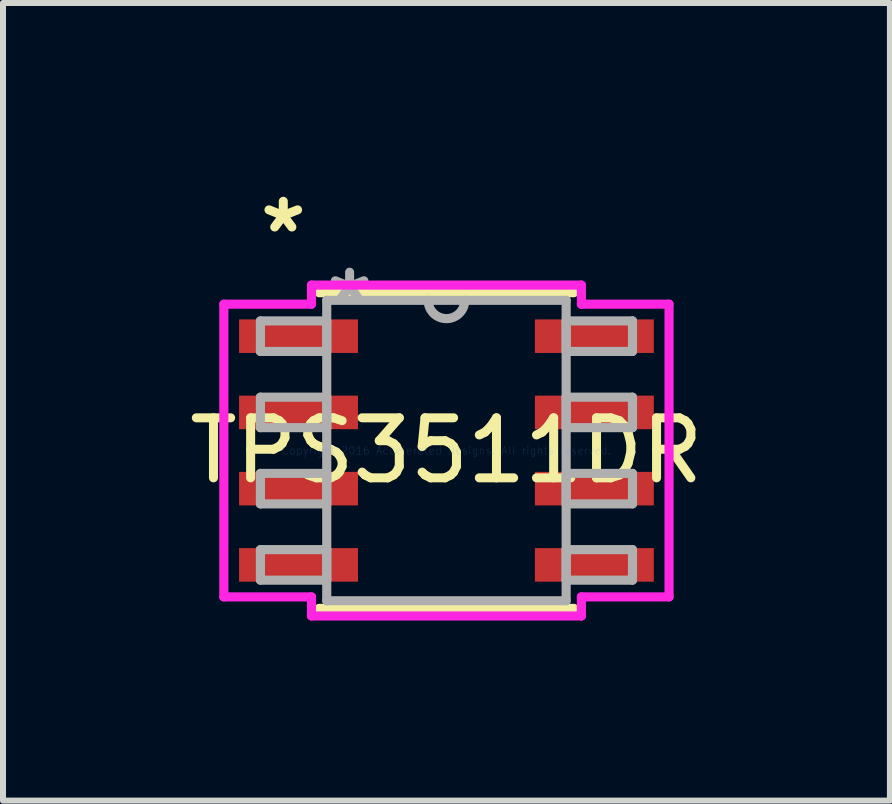
<source format=kicad_pcb>
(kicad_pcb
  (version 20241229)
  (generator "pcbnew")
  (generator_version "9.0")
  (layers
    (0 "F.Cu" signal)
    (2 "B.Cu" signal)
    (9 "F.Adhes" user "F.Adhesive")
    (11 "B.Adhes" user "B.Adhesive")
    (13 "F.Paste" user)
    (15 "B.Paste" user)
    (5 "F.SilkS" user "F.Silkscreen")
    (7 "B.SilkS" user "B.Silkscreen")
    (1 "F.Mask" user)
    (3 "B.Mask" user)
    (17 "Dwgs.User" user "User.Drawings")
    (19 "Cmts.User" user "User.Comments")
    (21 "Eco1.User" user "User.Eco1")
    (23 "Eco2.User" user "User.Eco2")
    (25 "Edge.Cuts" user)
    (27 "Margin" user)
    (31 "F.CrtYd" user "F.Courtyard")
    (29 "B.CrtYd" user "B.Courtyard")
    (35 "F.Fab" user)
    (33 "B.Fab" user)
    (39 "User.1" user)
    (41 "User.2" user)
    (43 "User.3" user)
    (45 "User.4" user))
  (footprint "TPS3511DR"
    (layer "F.Cu")
    (at 4.387 4.455)
    (property "Reference" "TPS3511DR" (at 0 0 0) (layer "F.SilkS") (effects (font (size 1 1) (thickness 0.15))))
    (attr through_hole)
    (fp_line (start -2.121 2.629) (end 2.121 2.629) (stroke (width 0.152) (type solid)) (layer "F.SilkS"))
    (fp_line (start 2.121 -2.629) (end -2.121 -2.629) (stroke (width 0.152) (type solid)) (layer "F.SilkS"))
    (fp_line (start -3.708 -2.438) (end -2.248 -2.438) (stroke (width 0.152) (type solid)) (layer "F.CrtYd"))
    (fp_line (start -3.708 2.438) (end -3.708 -2.438) (stroke (width 0.152) (type solid)) (layer "F.CrtYd"))
    (fp_line (start -2.248 -2.756) (end 2.248 -2.756) (stroke (width 0.152) (type solid)) (layer "F.CrtYd"))
    (fp_line (start -2.248 -2.438) (end -2.248 -2.756) (stroke (width 0.152) (type solid)) (layer "F.CrtYd"))
    (fp_line (start -2.248 2.438) (end -3.708 2.438) (stroke (width 0.152) (type solid)) (layer "F.CrtYd"))
    (fp_line (start -2.248 2.756) (end -2.248 2.438) (stroke (width 0.152) (type solid)) (layer "F.CrtYd"))
    (fp_line (start 2.248 -2.756) (end 2.248 -2.438) (stroke (width 0.152) (type solid)) (layer "F.CrtYd"))
    (fp_line (start 2.248 -2.438) (end 3.708 -2.438) (stroke (width 0.152) (type solid)) (layer "F.CrtYd"))
    (fp_line (start 2.248 2.438) (end 2.248 2.756) (stroke (width 0.152) (type solid)) (layer "F.CrtYd"))
    (fp_line (start 2.248 2.756) (end -2.248 2.756) (stroke (width 0.152) (type solid)) (layer "F.CrtYd"))
    (fp_line (start 3.708 -2.438) (end 3.708 2.438) (stroke (width 0.152) (type solid)) (layer "F.CrtYd"))
    (fp_line (start 3.708 2.438) (end 2.248 2.438) (stroke (width 0.152) (type solid)) (layer "F.CrtYd"))
    (fp_line (start -3.099 -2.159) (end -3.099 -1.651) (stroke (width 0.152) (type solid)) (layer "F.Fab"))
    (fp_line (start -3.099 -1.651) (end -1.994 -1.651) (stroke (width 0.152) (type solid)) (layer "F.Fab"))
    (fp_line (start -3.099 -0.889) (end -3.099 -0.381) (stroke (width 0.152) (type solid)) (layer "F.Fab"))
    (fp_line (start -3.099 -0.381) (end -1.994 -0.381) (stroke (width 0.152) (type solid)) (layer "F.Fab"))
    (fp_line (start -3.099 0.381) (end -3.099 0.889) (stroke (width 0.152) (type solid)) (layer "F.Fab"))
    (fp_line (start -3.099 0.889) (end -1.994 0.889) (stroke (width 0.152) (type solid)) (layer "F.Fab"))
    (fp_line (start -3.099 1.651) (end -3.099 2.159) (stroke (width 0.152) (type solid)) (layer "F.Fab"))
    (fp_line (start -3.099 2.159) (end -1.994 2.159) (stroke (width 0.152) (type solid)) (layer "F.Fab"))
    (fp_line (start -1.994 -2.502) (end -1.994 2.502) (stroke (width 0.152) (type solid)) (layer "F.Fab"))
    (fp_line (start -1.994 -2.159) (end -3.099 -2.159) (stroke (width 0.152) (type solid)) (layer "F.Fab"))
    (fp_line (start -1.994 -1.651) (end -1.994 -2.159) (stroke (width 0.152) (type solid)) (layer "F.Fab"))
    (fp_line (start -1.994 -0.889) (end -3.099 -0.889) (stroke (width 0.152) (type solid)) (layer "F.Fab"))
    (fp_line (start -1.994 -0.381) (end -1.994 -0.889) (stroke (width 0.152) (type solid)) (layer "F.Fab"))
    (fp_line (start -1.994 0.381) (end -3.099 0.381) (stroke (width 0.152) (type solid)) (layer "F.Fab"))
    (fp_line (start -1.994 0.889) (end -1.994 0.381) (stroke (width 0.152) (type solid)) (layer "F.Fab"))
    (fp_line (start -1.994 1.651) (end -3.099 1.651) (stroke (width 0.152) (type solid)) (layer "F.Fab"))
    (fp_line (start -1.994 2.159) (end -1.994 1.651) (stroke (width 0.152) (type solid)) (layer "F.Fab"))
    (fp_line (start -1.994 2.502) (end 1.994 2.502) (stroke (width 0.152) (type solid)) (layer "F.Fab"))
    (fp_line (start 1.994 -2.502) (end -1.994 -2.502) (stroke (width 0.152) (type solid)) (layer "F.Fab"))
    (fp_line (start 1.994 -2.159) (end 1.994 -1.651) (stroke (width 0.152) (type solid)) (layer "F.Fab"))
    (fp_line (start 1.994 -1.651) (end 3.099 -1.651) (stroke (width 0.152) (type solid)) (layer "F.Fab"))
    (fp_line (start 1.994 -0.889) (end 1.994 -0.381) (stroke (width 0.152) (type solid)) (layer "F.Fab"))
    (fp_line (start 1.994 -0.381) (end 3.099 -0.381) (stroke (width 0.152) (type solid)) (layer "F.Fab"))
    (fp_line (start 1.994 0.381) (end 1.994 0.889) (stroke (width 0.152) (type solid)) (layer "F.Fab"))
    (fp_line (start 1.994 0.889) (end 3.099 0.889) (stroke (width 0.152) (type solid)) (layer "F.Fab"))
    (fp_line (start 1.994 1.651) (end 1.994 2.159) (stroke (width 0.152) (type solid)) (layer "F.Fab"))
    (fp_line (start 1.994 2.159) (end 3.099 2.159) (stroke (width 0.152) (type solid)) (layer "F.Fab"))
    (fp_line (start 1.994 2.502) (end 1.994 -2.502) (stroke (width 0.152) (type solid)) (layer "F.Fab"))
    (fp_line (start 3.099 -2.159) (end 1.994 -2.159) (stroke (width 0.152) (type solid)) (layer "F.Fab"))
    (fp_line (start 3.099 -1.651) (end 3.099 -2.159) (stroke (width 0.152) (type solid)) (layer "F.Fab"))
    (fp_line (start 3.099 -0.889) (end 1.994 -0.889) (stroke (width 0.152) (type solid)) (layer "F.Fab"))
    (fp_line (start 3.099 -0.381) (end 3.099 -0.889) (stroke (width 0.152) (type solid)) (layer "F.Fab"))
    (fp_line (start 3.099 0.381) (end 1.994 0.381) (stroke (width 0.152) (type solid)) (layer "F.Fab"))
    (fp_line (start 3.099 0.889) (end 3.099 0.381) (stroke (width 0.152) (type solid)) (layer "F.Fab"))
    (fp_line (start 3.099 1.651) (end 1.994 1.651) (stroke (width 0.152) (type solid)) (layer "F.Fab"))
    (fp_line (start 3.099 2.159) (end 3.099 1.651) (stroke (width 0.152) (type solid)) (layer "F.Fab"))
    (fp_arc (start 0.3048 -2.5019) (mid 0 -2.1971) (end -0.3048 -2.5019) (stroke (width 0.1524) (type solid)) (layer "F.Fab"))
    (fp_text user "*" (at -2.718 -3.607 0) (layer "F.SilkS") (effects (font (size 1 1) (thickness 0.15))))
    (fp_text user "Copyright 2016 Accelerated Designs. All rights reserved." (at 0 0 0) (layer "Cmts.User") (effects (font (size 0.127 0.127) (thickness 0.002))))
    (fp_text user "*" (at -1.613 -2.426 0) (layer "F.Fab") (effects (font (size 1 1) (thickness 0.15))))
    (pad "1" smd rect (at -2.464 -1.905) (size 1.981 0.559) (layers "F.Cu" "F.Mask" "F.Paste"))
    (pad "2" smd rect (at -2.464 -0.635) (size 1.981 0.559) (layers "F.Cu" "F.Mask" "F.Paste"))
    (pad "3" smd rect (at -2.464 0.635) (size 1.981 0.559) (layers "F.Cu" "F.Mask" "F.Paste"))
    (pad "4" smd rect (at -2.464 1.905) (size 1.981 0.559) (layers "F.Cu" "F.Mask" "F.Paste"))
    (pad "5" smd rect (at 2.464 1.905) (size 1.981 0.559) (layers "F.Cu" "F.Mask" "F.Paste"))
    (pad "6" smd rect (at 2.464 0.635) (size 1.981 0.559) (layers "F.Cu" "F.Mask" "F.Paste"))
    (pad "7" smd rect (at 2.464 -0.635) (size 1.981 0.559) (layers "F.Cu" "F.Mask" "F.Paste"))
    (pad "8" smd rect (at 2.464 -1.905) (size 1.981 0.559) (layers "F.Cu" "F.Mask" "F.Paste")))
  (gr_rect
    (start -3 -3)
    (end 11.774 10.287)
    (stroke (width 0.1) (type default))
    (fill no)
    (layer "Edge.Cuts")))
</source>
